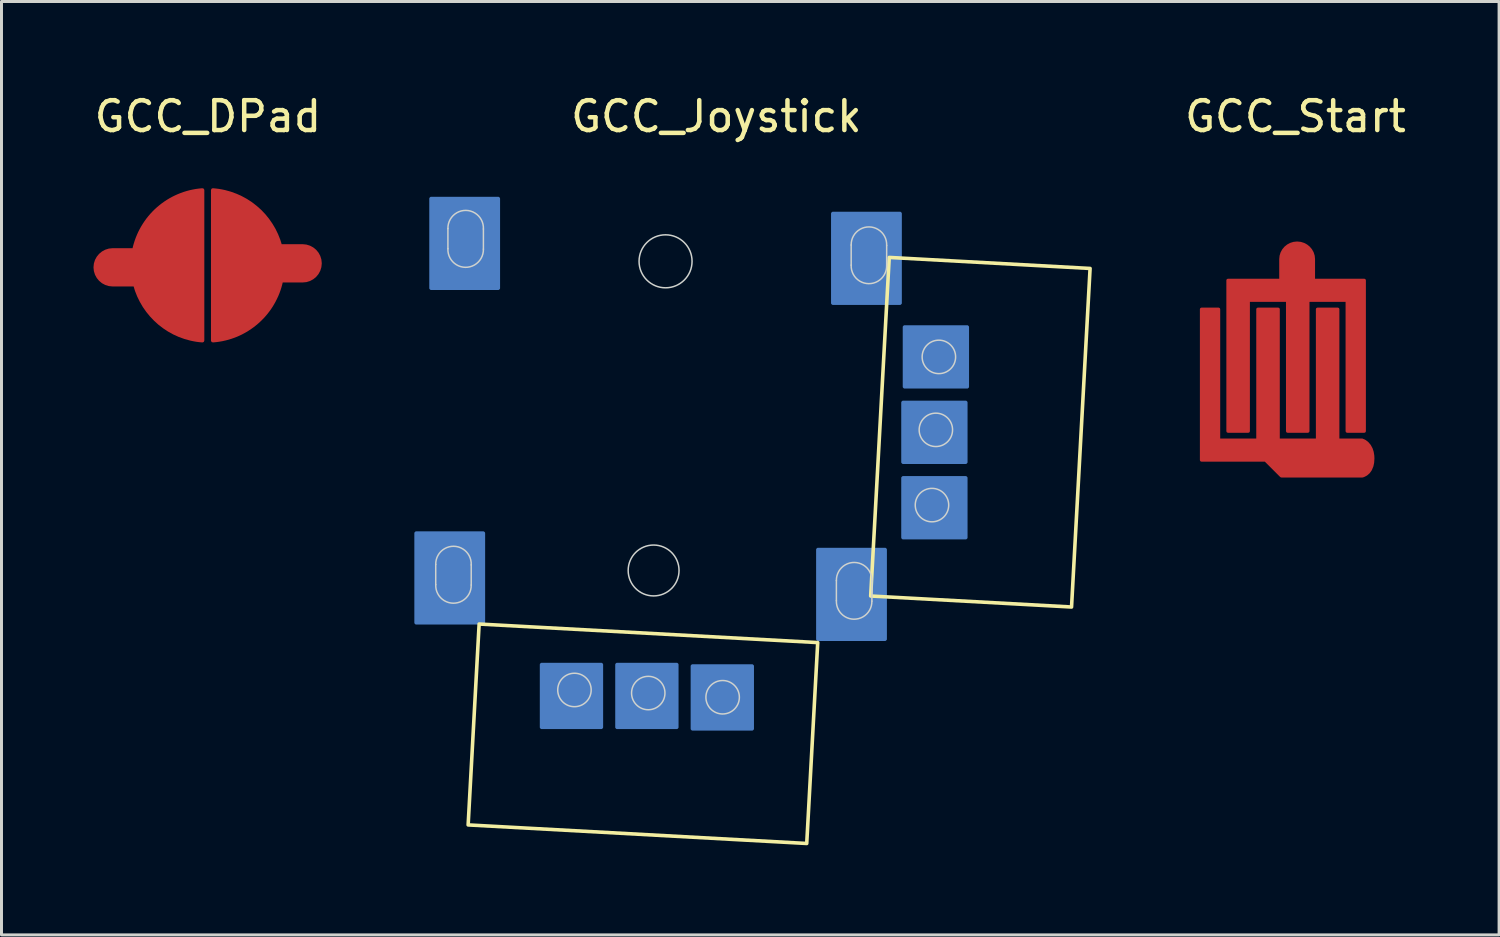
<source format=kicad_pcb>
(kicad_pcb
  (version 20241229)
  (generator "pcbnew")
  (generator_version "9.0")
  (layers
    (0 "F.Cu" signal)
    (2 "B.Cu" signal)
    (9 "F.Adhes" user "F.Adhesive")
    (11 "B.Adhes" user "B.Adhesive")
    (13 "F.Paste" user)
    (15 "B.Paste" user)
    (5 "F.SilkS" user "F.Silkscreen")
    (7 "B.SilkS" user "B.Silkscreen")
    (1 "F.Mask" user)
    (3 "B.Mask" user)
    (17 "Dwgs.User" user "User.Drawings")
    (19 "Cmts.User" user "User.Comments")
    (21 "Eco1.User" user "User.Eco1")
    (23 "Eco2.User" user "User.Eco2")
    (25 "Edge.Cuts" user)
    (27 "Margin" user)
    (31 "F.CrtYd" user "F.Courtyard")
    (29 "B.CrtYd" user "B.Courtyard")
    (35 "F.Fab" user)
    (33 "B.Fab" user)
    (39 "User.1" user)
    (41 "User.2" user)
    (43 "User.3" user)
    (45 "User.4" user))
  (footprint "GCC_Joystick"
    (layer "F.Cu")
    (at 20.931 1.348)
    (property "Reference" "GCC_Joystick" (at 0 -0.5 0) (unlocked yes) (layer "F.SilkS") (effects (font (size 1 1) (thickness 0.15))))
    (attr smd)
    (fp_poly (pts (xy -7.941 16.493) (xy -8.309 23.218) (xy 3.026 23.839) (xy 3.394 17.114)) (stroke (width 0.12) (type solid)) (fill no) (layer "F.SilkS"))
    (fp_poly (pts (xy 5.167 15.555) (xy 11.891 15.923) (xy 12.512 4.589) (xy 5.788 4.22)) (stroke (width 0.12) (type solid)) (fill no) (layer "F.SilkS"))
    (fp_line (start -9.394 15.172) (end -9.394 14.498) (stroke (width 0.05) (type solid)) (layer "Edge.Cuts"))
    (fp_line (start -8.986 3.928) (end -8.986 3.254) (stroke (width 0.05) (type solid)) (layer "Edge.Cuts"))
    (fp_line (start -8.206 14.513) (end -8.206 15.187) (stroke (width 0.05) (type solid)) (layer "Edge.Cuts"))
    (fp_line (start -7.798 3.269) (end -7.798 3.943) (stroke (width 0.05) (type solid)) (layer "Edge.Cuts"))
    (fp_line (start 4.019 15.711) (end 4.019 15.037) (stroke (width 0.05) (type solid)) (layer "Edge.Cuts"))
    (fp_line (start 4.514 4.478) (end 4.514 3.804) (stroke (width 0.05) (type solid)) (layer "Edge.Cuts"))
    (fp_line (start 5.207 15.052) (end 5.207 15.726) (stroke (width 0.05) (type solid)) (layer "Edge.Cuts"))
    (fp_line (start 5.702 3.819) (end 5.702 4.493) (stroke (width 0.05) (type solid)) (layer "Edge.Cuts"))
    (fp_arc (start -9.39358 14.497927) (mid -8.791688 13.891016) (end -8.205884 14.513469) (stroke (width 0.05) (type default)) (layer "Edge.Cuts"))
    (fp_arc (start -8.985804 3.253726) (mid -8.383912 2.646815) (end -7.798108 3.269268) (stroke (width 0.05) (type default)) (layer "Edge.Cuts"))
    (fp_arc (start -8.205884 15.18729) (mid -8.807776 15.794201) (end -9.39358 15.171748) (stroke (width 0.05) (type default)) (layer "Edge.Cuts"))
    (fp_arc (start -7.798108 3.943089) (mid -8.4 4.55) (end -8.985804 3.927547) (stroke (width 0.05) (type default)) (layer "Edge.Cuts"))
    (fp_arc (start 4.019298 15.036822) (mid 4.62119 14.429911) (end 5.206994 15.052364) (stroke (width 0.05) (type default)) (layer "Edge.Cuts"))
    (fp_arc (start 4.514196 3.803726) (mid 5.116088 3.196815) (end 5.701892 3.819268) (stroke (width 0.05) (type default)) (layer "Edge.Cuts"))
    (fp_arc (start 5.206994 15.726185) (mid 4.605102 16.333096) (end 4.019298 15.710643) (stroke (width 0.05) (type default)) (layer "Edge.Cuts"))
    (fp_arc (start 5.701892 4.493089) (mid 5.1 5.1) (end 4.514196 4.477547) (stroke (width 0.05) (type default)) (layer "Edge.Cuts"))
    (fp_circle (center -4.75 18.7) (end -4.19 18.7) (stroke (width 0.05) (type solid)) (fill no) (layer "Edge.Cuts"))
    (fp_circle (center -2.279 18.803) (end -1.72 18.803) (stroke (width 0.05) (type solid)) (fill no) (layer "Edge.Cuts"))
    (fp_circle (center -2.1 14.7) (end -1.25 14.75) (stroke (width 0.05) (type solid)) (fill no) (layer "Edge.Cuts"))
    (fp_circle (center -1.7 4.35) (end -0.813 4.35) (stroke (width 0.05) (type solid)) (fill no) (layer "Edge.Cuts"))
    (fp_circle (center 0.211 18.944) (end 0.771 18.944) (stroke (width 0.05) (type solid)) (fill no) (layer "Edge.Cuts"))
    (fp_circle (center 7.219 12.511) (end 7.779 12.511) (stroke (width 0.05) (type solid)) (fill no) (layer "Edge.Cuts"))
    (fp_circle (center 7.349 9.992) (end 7.908 9.992) (stroke (width 0.05) (type solid)) (fill no) (layer "Edge.Cuts"))
    (fp_circle (center 7.45 7.55) (end 8.01 7.55) (stroke (width 0.05) (type solid)) (fill no) (layer "Edge.Cuts"))
    (pad "" smd custom (at -9.05 15.35) (size 0.793 0.793) (layers "B.Cu" "B.Mask" "B.Paste") (options (anchor circle)) (primitives (gr_poly (pts (xy -0.397 -0.283) (xy -0.381 -0.359) (xy -0.338 -0.423) (xy -0.274 -0.466) (xy -0.198 -0.481) (xy 0.198 -0.481) (xy 0.274 -0.466) (xy 0.338 -0.423) (xy 0.381 -0.359) (xy 0.397 -0.283) (xy 0.397 0.283) (xy 0.381 0.359) (xy 0.338 0.423) (xy 0.274 0.466) (xy 0.198 0.481) (xy -0.198 0.481) (xy -0.274 0.466) (xy -0.338 0.423) (xy -0.381 0.359) (xy -0.397 0.283)) (width 0) (fill yes)) (gr_rect (start -1 -1.9) (end 1.25 1.1) (width 0.12) (fill yes))))
    (pad "" smd custom (at -8.55 4.15) (size 0.793 0.793) (layers "B.Cu" "B.Mask" "B.Paste") (options (anchor circle)) (primitives (gr_poly (pts (xy -0.397 -0.283) (xy -0.381 -0.359) (xy -0.338 -0.423) (xy -0.274 -0.466) (xy -0.198 -0.481) (xy 0.198 -0.481) (xy 0.274 -0.466) (xy 0.338 -0.423) (xy 0.381 -0.359) (xy 0.397 -0.283) (xy 0.397 0.283) (xy 0.381 0.359) (xy 0.338 0.423) (xy 0.274 0.466) (xy 0.198 0.481) (xy -0.198 0.481) (xy -0.274 0.466) (xy -0.338 0.423) (xy -0.381 0.359) (xy -0.397 0.283)) (width 0) (fill yes)) (gr_rect (start -1 -1.9) (end 1.25 1.1) (width 0.12) (fill yes))))
    (pad "" smd custom (at 4.4 15.9) (size 0.793 0.793) (layers "B.Cu" "B.Mask" "B.Paste") (options (anchor circle)) (primitives (gr_poly (pts (xy -0.397 -0.283) (xy -0.381 -0.359) (xy -0.338 -0.423) (xy -0.274 -0.466) (xy -0.198 -0.481) (xy 0.198 -0.481) (xy 0.274 -0.466) (xy 0.338 -0.423) (xy 0.381 -0.359) (xy 0.397 -0.283) (xy 0.397 0.283) (xy 0.381 0.359) (xy 0.338 0.423) (xy 0.274 0.466) (xy 0.198 0.481) (xy -0.198 0.481) (xy -0.274 0.466) (xy -0.338 0.423) (xy -0.381 0.359) (xy -0.397 0.283)) (width 0) (fill yes)) (gr_rect (start -1 -1.9) (end 1.25 1.1) (width 0.12) (fill yes))))
    (pad "" smd custom (at 4.9 4.65) (size 0.793 0.793) (layers "B.Cu" "B.Mask" "B.Paste") (options (anchor circle)) (primitives (gr_poly (pts (xy -0.397 -0.283) (xy -0.381 -0.359) (xy -0.338 -0.423) (xy -0.274 -0.466) (xy -0.198 -0.481) (xy 0.198 -0.481) (xy 0.274 -0.466) (xy 0.338 -0.423) (xy 0.381 -0.359) (xy 0.397 -0.283) (xy 0.397 0.283) (xy 0.381 0.359) (xy 0.338 0.423) (xy 0.274 0.466) (xy 0.198 0.481) (xy -0.198 0.481) (xy -0.274 0.466) (xy -0.338 0.423) (xy -0.381 0.359) (xy -0.397 0.283)) (width 0) (fill yes)) (gr_rect (start -1 -1.9) (end 1.25 1.1) (width 0.12) (fill yes))))
    (pad "1" smd custom (at -4.85 18.95) (size 0.793 0.793) (layers "B.Cu" "B.Mask" "B.Paste") (options (anchor circle)) (primitives (gr_rect (start -1 -1.1) (end 1 1) (width 0.12) (fill yes))))
    (pad "2" smd custom (at -2.325 18.95) (size 0.793 0.793) (layers "B.Cu" "B.Mask" "B.Paste") (options (anchor circle)) (primitives (gr_rect (start -1 -1.1) (end 1 1) (width 0.12) (fill yes))))
    (pad "3" smd custom (at 0.2 19) (size 0.793 0.793) (layers "B.Cu" "B.Mask" "B.Paste") (options (anchor circle)) (primitives (gr_rect (start -1 -1.1) (end 1 1) (width 0.12) (fill yes))))
    (pad "4" smd custom (at 7.35 12.6 90) (size 0.793 0.793) (layers "B.Cu" "B.Mask" "B.Paste") (options (anchor circle)) (primitives (gr_rect (start -1 -1.1) (end 1 1) (width 0.12) (fill yes))))
    (pad "5" smd custom (at 7.35 10.075 90) (size 0.793 0.793) (layers "B.Cu" "B.Mask" "B.Paste") (options (anchor circle)) (primitives (gr_rect (start -1 -1.1) (end 1 1) (width 0.12) (fill yes))))
    (pad "6" smd custom (at 7.4 7.55 90) (size 0.793 0.793) (layers "B.Cu" "B.Mask" "B.Paste") (options (anchor circle)) (primitives (gr_rect (start -1 -1.1) (end 1 1) (width 0.12) (fill yes)))))
  (footprint "GCC_Start"
    (layer "F.Cu")
    (at 40.319 1.348)
    (property "Reference" "GCC_Start" (at 0 -0.5 0) (unlocked yes) (layer "F.SilkS") (effects (font (size 1 1) (thickness 0.15))))
    (attr smd)
    (pad "1" smd custom (at 0 5.05) (size 0.481 0.481) (layers "F.Cu" "F.Mask" "F.Paste") (options (anchor circle)) (primitives (gr_poly (pts (xy -0.398 -0.12) (xy -0.389 -0.166) (xy -0.363 -0.205) (xy -0.324 -0.231) (xy -0.278 -0.24) (xy 0.278 -0.24) (xy 0.324 -0.231) (xy 0.363 -0.205) (xy 0.389 -0.166) (xy 0.398 -0.12) (xy 0.398 0.12) (xy 0.389 0.166) (xy 0.363 0.205) (xy 0.324 0.231) (xy 0.278 0.24) (xy -0.278 0.24) (xy -0.324 0.231) (xy -0.363 0.205) (xy -0.389 0.166) (xy -0.398 0.12)) (width 0) (fill yes)) (gr_poly (pts (xy 0.605 -0.772) (xy 0.605 -0.067) (xy 2.307 -0.067) (xy 2.307 4.99) (xy 1.727 4.99) (xy 1.727 0.608) (xy 0.419 0.608) (xy 0.419 4.99) (xy -0.268 4.99) (xy -0.268 0.608) (xy -1.576 0.608) (xy -1.576 4.99) (xy -2.264 4.99) (xy -2.264 -0.067) (xy -0.494 -0.067) (xy -0.494 -0.772) (xy -0.483 -0.881) (xy -0.451 -0.982) (xy -0.4 -1.074) (xy -0.333 -1.154) (xy -0.252 -1.22) (xy -0.159 -1.27) (xy -0.055 -1.302) (xy 0.055 -1.313) (xy 0.166 -1.302) (xy 0.269 -1.27) (xy 0.363 -1.22) (xy 0.444 -1.154) (xy 0.511 -1.074) (xy 0.562 -0.982) (xy 0.594 -0.881)) (width 0.1) (fill yes))))
    (pad "2" smd custom (at 1.05 10.85) (size 0.743 0.743) (layers "F.Cu" "F.Mask" "F.Paste") (options (anchor circle)) (primitives (gr_poly (pts (xy -0.371 -0.295) (xy -0.357 -0.366) (xy -0.317 -0.427) (xy -0.257 -0.467) (xy -0.186 -0.481) (xy 0.186 -0.481) (xy 0.257 -0.467) (xy 0.317 -0.427) (xy 0.357 -0.366) (xy 0.371 -0.295) (xy 0.371 0.295) (xy 0.357 0.366) (xy 0.317 0.427) (xy 0.257 0.467) (xy 0.186 0.481) (xy -0.186 0.481) (xy -0.257 0.467) (xy -0.317 0.427) (xy -0.357 0.366) (xy -0.371 0.295)) (width 0) (fill yes)) (gr_poly (pts (xy -4.2 0.157) (xy -2.055 0.157) (xy -1.524 0.688) (xy 1.186 0.688) (xy 1.219 0.679) (xy 1.315 0.631) (xy 1.398 0.559) (xy 1.46 0.471) (xy 1.51 0.351) (xy 1.534 0.238) (xy 1.543 0.102) (xy 1.539 0.008) (xy 1.519 -0.114) (xy 1.486 -0.217) (xy 1.428 -0.325) (xy 1.361 -0.405) (xy 1.279 -0.471) (xy 1.179 -0.518) (xy 0.37 -0.518) (xy 0.37 -4.9) (xy -0.317 -4.9) (xy -0.317 -0.518) (xy -1.625 -0.518) (xy -1.625 -4.9) (xy -2.313 -4.9) (xy -2.313 -0.518) (xy -3.62 -0.518) (xy -3.62 -4.9) (xy -4.2 -4.9)) (width 0.1) (fill yes)))))
  (footprint "GCC_DPad"
    (layer "F.Cu")
    (at 3.911 1.348)
    (property "Reference" "GCC_DPad" (at 0 -0.5 0) (unlocked yes) (layer "F.SilkS") (effects (font (size 1 1) (thickness 0.15))))
    (attr smd)
    (pad "1" smd custom (at -1.028 4.644) (size 1.412 1.412) (layers "F.Cu" "F.Mask" "F.Paste") (options (anchor circle)) (primitives (gr_poly (pts (xy -0.771 -0.353) (xy -0.757 -0.454) (xy -0.706 -0.558) (xy -0.624 -0.64) (xy -0.519 -0.691) (xy -0.418 -0.706) (xy 0.418 -0.706) (xy 0.519 -0.691) (xy 0.624 -0.64) (xy 0.706 -0.558) (xy 0.757 -0.454) (xy 0.771 -0.353) (xy 0.771 0.353) (xy 0.757 0.454) (xy 0.706 0.558) (xy 0.624 0.64) (xy 0.519 0.691) (xy 0.418 0.706) (xy -0.418 0.706) (xy -0.519 0.691) (xy -0.624 0.64) (xy -0.706 0.558) (xy -0.757 0.454) (xy -0.771 0.353)) (width 0) (fill yes)) (gr_poly (pts (xy -2.162 -0.673) (xy -1.447 -0.673) (xy -1.424 -0.775) (xy -1.396 -0.875) (xy -1.365 -0.973) (xy -1.33 -1.069) (xy -1.291 -1.164) (xy -1.249 -1.257) (xy -1.203 -1.347) (xy -1.153 -1.436) (xy -1.1 -1.522) (xy -1.044 -1.606) (xy -0.985 -1.688) (xy -0.922 -1.767) (xy -0.857 -1.843) (xy -0.788 -1.917) (xy -0.717 -1.988) (xy -0.642 -2.056) (xy -0.565 -2.121) (xy -0.486 -2.183) (xy -0.404 -2.242) (xy -0.32 -2.298) (xy -0.233 -2.35) (xy -0.144 -2.399) (xy -0.053 -2.444) (xy 0.04 -2.486) (xy 0.135 -2.524) (xy 0.232 -2.559) (xy 0.33 -2.589) (xy 0.431 -2.616) (xy 0.532 -2.638) (xy 0.636 -2.657) (xy 0.741 -2.671) (xy 0.847 -2.681) (xy 0.847 2.362) (xy 0.745 2.353) (xy 0.644 2.34) (xy 0.545 2.322) (xy 0.447 2.301) (xy 0.256 2.248) (xy 0.071 2.181) (xy -0.107 2.1) (xy -0.277 2.006) (xy -0.439 1.899) (xy -0.592 1.781) (xy -0.735 1.651) (xy -0.868 1.511) (xy -0.99 1.362) (xy -1.101 1.203) (xy -1.199 1.035) (xy -1.285 0.86) (xy -1.357 0.678) (xy -1.415 0.488) (xy -2.162 0.488) (xy -2.279 0.476) (xy -2.387 0.442) (xy -2.486 0.389) (xy -2.572 0.318) (xy -2.643 0.232) (xy -2.697 0.133) (xy -2.731 0.024) (xy -2.743 -0.092) (xy -2.731 -0.209) (xy -2.697 -0.318) (xy -2.643 -0.416) (xy -2.572 -0.502) (xy -2.486 -0.573) (xy -2.387 -0.627) (xy -2.279 -0.661)) (width 0.12) (fill yes))))
    (pad "2" smd custom (at 1.1 4.519) (size 1.243 1.362) (layers "F.Cu" "F.Mask" "F.Paste") (options (anchor circle)) (primitives (gr_poly (pts (xy -0.622 -0.37) (xy -0.613 -0.441) (xy -0.567 -0.546) (xy -0.486 -0.627) (xy -0.382 -0.673) (xy -0.311 -0.681) (xy 0.311 -0.681) (xy 0.382 -0.673) (xy 0.486 -0.627) (xy 0.567 -0.546) (xy 0.613 -0.441) (xy 0.622 -0.37) (xy 0.622 0.37) (xy 0.613 0.441) (xy 0.567 0.546) (xy 0.486 0.627) (xy 0.382 0.673) (xy 0.311 0.681) (xy -0.311 0.681) (xy -0.382 0.673) (xy -0.486 0.627) (xy -0.567 0.546) (xy -0.613 0.441) (xy -0.622 0.37)) (width 0) (fill yes)) (gr_poly (pts (xy 2.07 0.479) (xy 1.355 0.479) (xy 1.332 0.581) (xy 1.305 0.681) (xy 1.274 0.779) (xy 1.239 0.876) (xy 1.2 0.971) (xy 1.157 1.063) (xy 1.111 1.154) (xy 1.062 1.242) (xy 1.009 1.329) (xy 0.953 1.413) (xy 0.893 1.494) (xy 0.831 1.573) (xy 0.765 1.65) (xy 0.696 1.723) (xy 0.625 1.794) (xy 0.551 1.862) (xy 0.474 1.927) (xy 0.394 1.99) (xy 0.312 2.048) (xy 0.228 2.104) (xy 0.141 2.157) (xy 0.053 2.205) (xy -0.038 2.251) (xy -0.131 2.293) (xy -0.226 2.331) (xy -0.323 2.365) (xy -0.422 2.396) (xy -0.522 2.422) (xy -0.624 2.445) (xy -0.727 2.463) (xy -0.832 2.477) (xy -0.938 2.487) (xy -0.938 -2.556) (xy -0.837 -2.546) (xy -0.736 -2.533) (xy -0.637 -2.516) (xy -0.539 -2.495) (xy -0.348 -2.442) (xy -0.163 -2.374) (xy 0.015 -2.293) (xy 0.185 -2.199) (xy 0.347 -2.093) (xy 0.5 -1.974) (xy 0.644 -1.845) (xy 0.777 -1.705) (xy 0.899 -1.555) (xy 1.009 -1.396) (xy 1.108 -1.229) (xy 1.193 -1.054) (xy 1.266 -0.871) (xy 1.324 -0.682) (xy 2.07 -0.682) (xy 2.187 -0.67) (xy 2.296 -0.636) (xy 2.395 -0.582) (xy 2.481 -0.511) (xy 2.552 -0.425) (xy 2.605 -0.327) (xy 2.639 -0.218) (xy 2.651 -0.101) (xy 2.639 0.015) (xy 2.605 0.124) (xy 2.552 0.223) (xy 2.481 0.309) (xy 2.395 0.38) (xy 2.296 0.434) (xy 2.187 0.468)) (width 0.12) (fill yes)))))
  (gr_rect
    (start -3 -3)
    (end 47.135 28.247)
    (stroke (width 0.1) (type default))
    (fill no)
    (layer "Edge.Cuts")))
</source>
